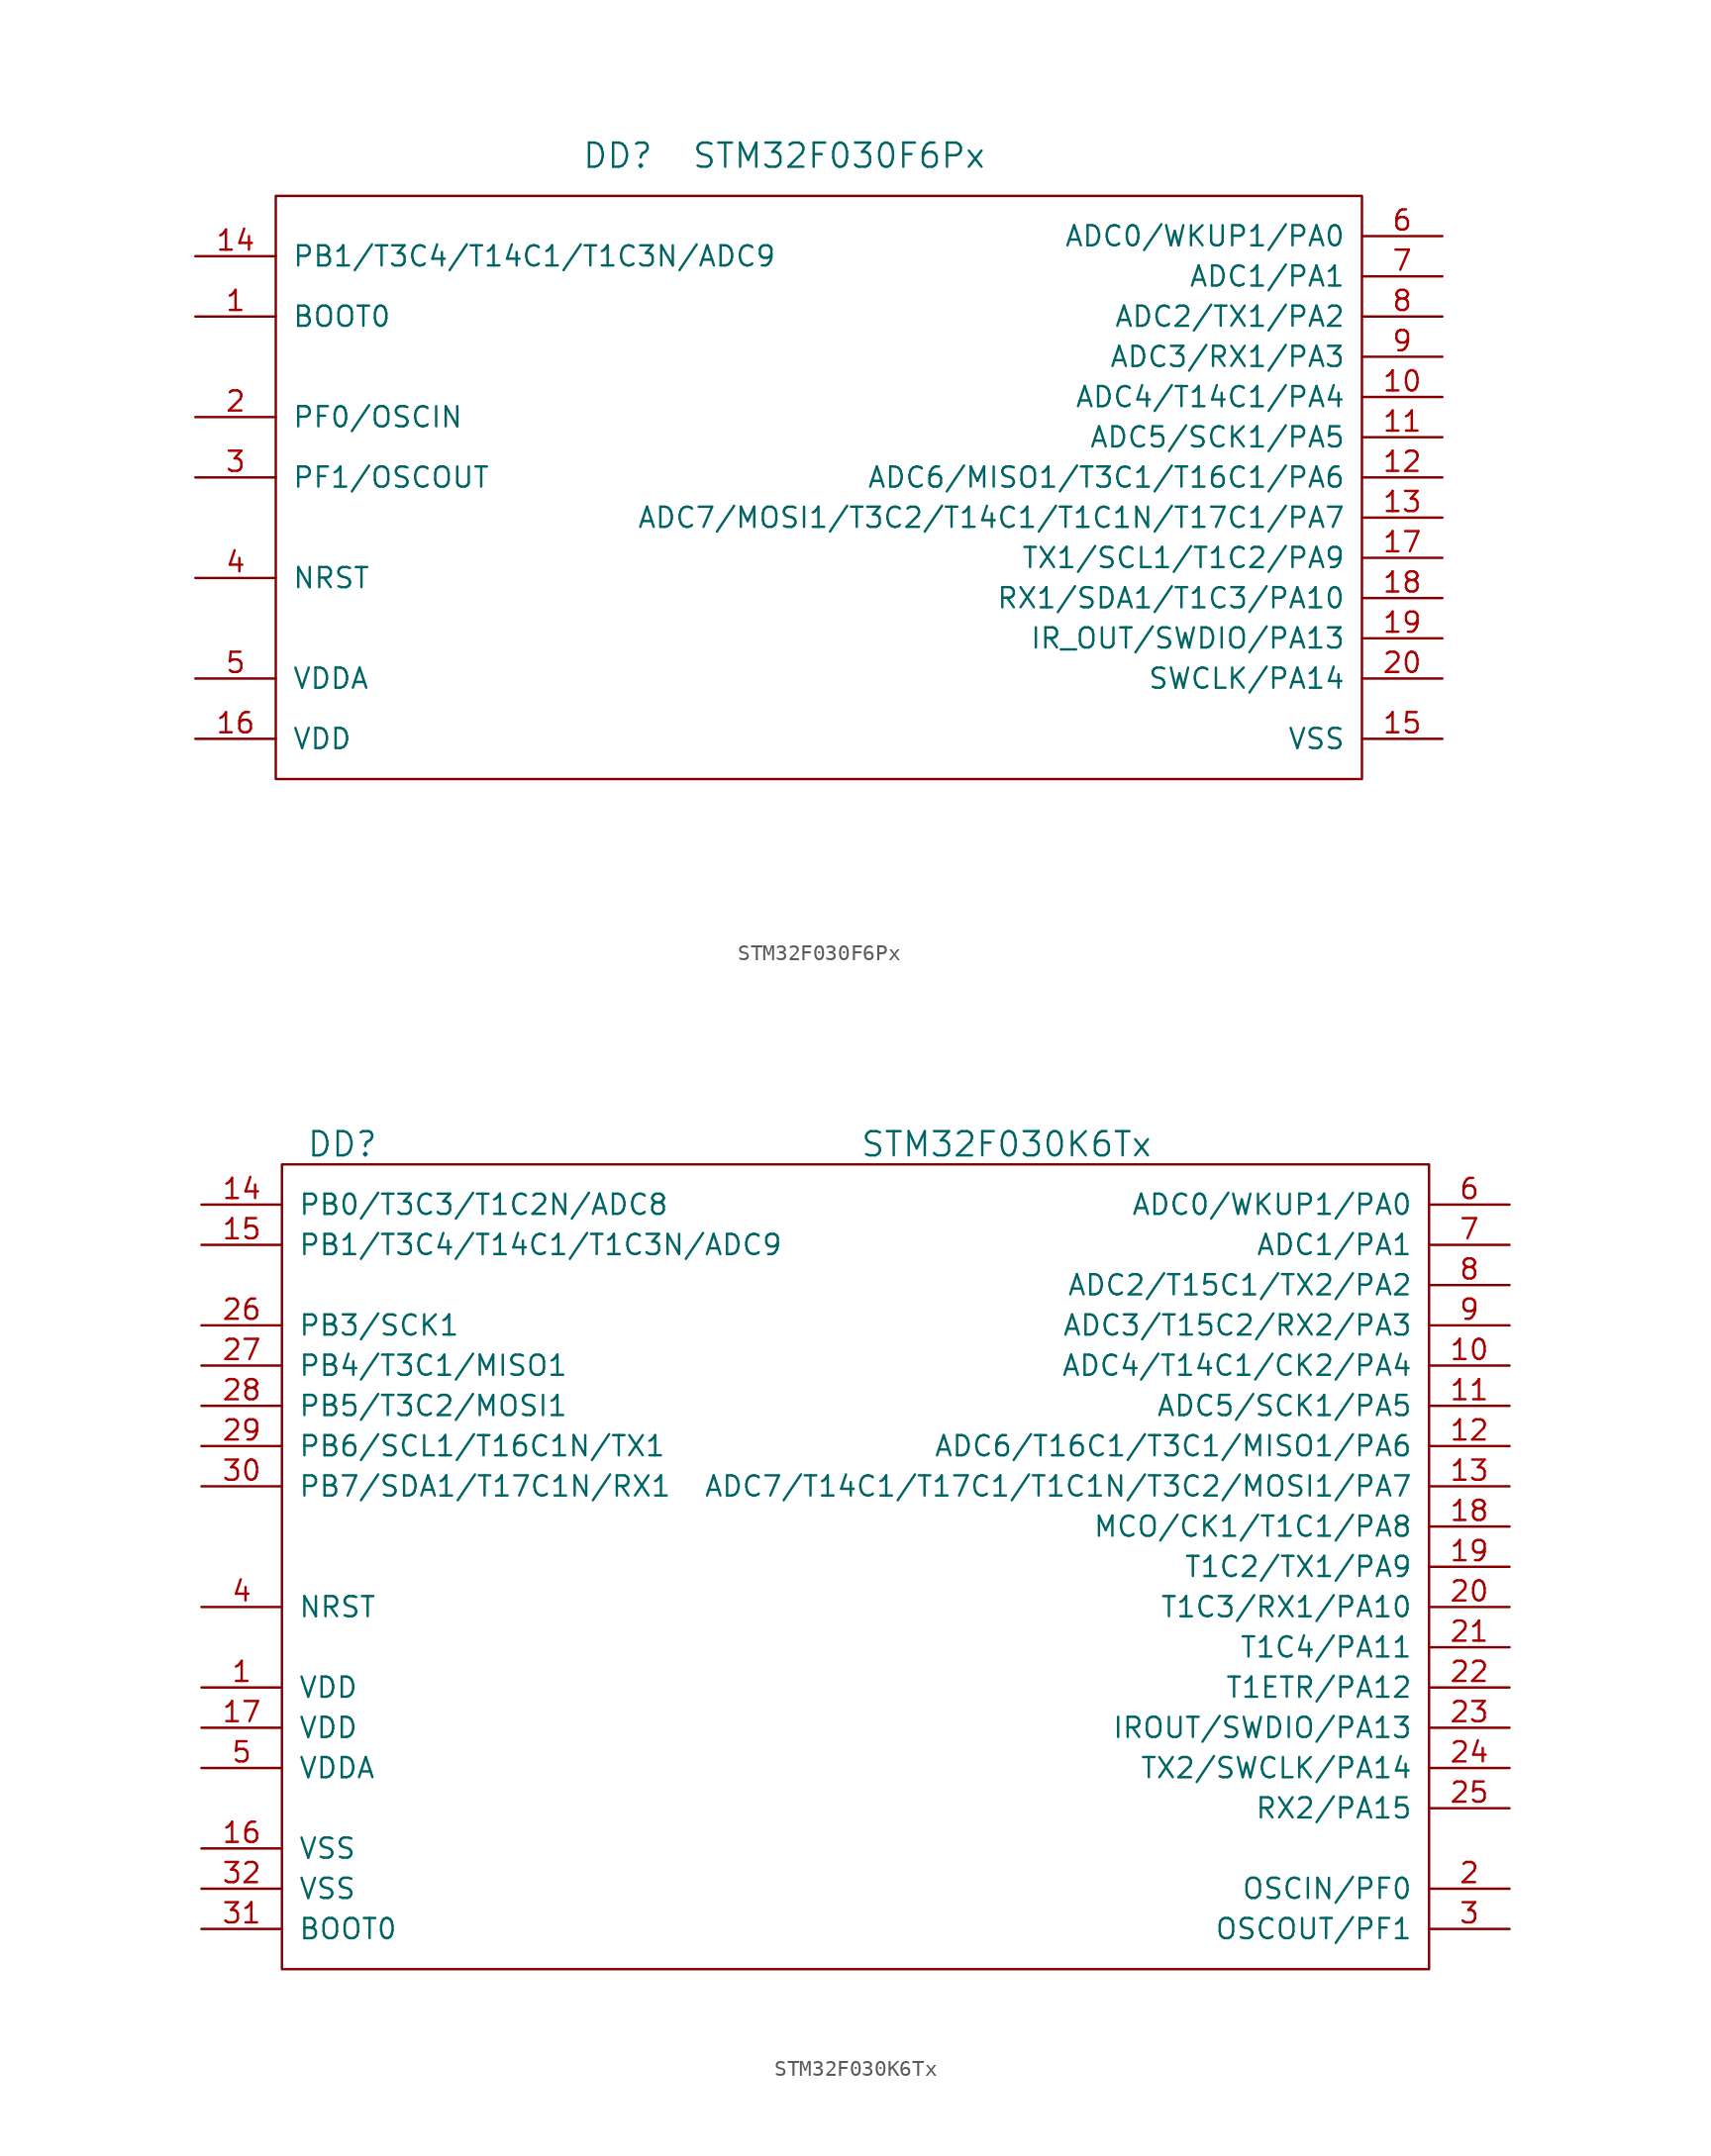
<source format=kicad_sym>
(kicad_symbol_lib
  (version 20201005)
  (generator kicad_symbol_editor)
  (symbol "st_kl:STM32F030F6Px"
    (pin_names
      (offset 1.016))
    (property "Reference" "DD"
      (at -12.7 21.59 0)
      (effects (font (size 1.524 1.524))))
    (property "Value" "STM32F030F6Px"
      (at 1.27 21.59 0)
      (effects (font (size 1.524 1.524))))
    (property "Datasheet" ""
      (at 1.27 -22.86 0)
      (effects (font (size 1.524 1.524))))
    (symbol "STM32F030F6Px_0_1"
      (rectangle (start -34.29 19.05) (end 34.29 -17.78) (stroke (width 0)) (fill (type none))))
    (symbol "STM32F030F6Px_1_1"
      (pin passive line (at -39.37 11.43 0) (length 5.08) (name "BOOT0" (effects (font (size 1.27 1.27)))) (number "1" (effects (font (size 1.27 1.27)))))
      (pin passive line (at 39.37 6.35 180) (length 5.08) (name "ADC4/T14C1/PA4" (effects (font (size 1.27 1.27)))) (number "10" (effects (font (size 1.27 1.27)))))
      (pin passive line (at 39.37 3.81 180) (length 5.08) (name "ADC5/SCK1/PA5" (effects (font (size 1.27 1.27)))) (number "11" (effects (font (size 1.27 1.27)))))
      (pin passive line (at 39.37 1.27 180) (length 5.08) (name "ADC6/MISO1/T3C1/T16C1/PA6" (effects (font (size 1.27 1.27)))) (number "12" (effects (font (size 1.27 1.27)))))
      (pin passive line (at 39.37 -1.27 180) (length 5.08) (name "ADC7/MOSI1/T3C2/T14C1/T1C1N/T17C1/PA7" (effects (font (size 1.27 1.27)))) (number "13" (effects (font (size 1.27 1.27)))))
      (pin passive line (at -39.37 15.24 0) (length 5.08) (name "PB1/T3C4/T14C1/T1C3N/ADC9" (effects (font (size 1.27 1.27)))) (number "14" (effects (font (size 1.27 1.27)))))
      (pin power_in line (at 39.37 -15.24 180) (length 5.08) (name "VSS" (effects (font (size 1.27 1.27)))) (number "15" (effects (font (size 1.27 1.27)))))
      (pin power_in line (at -39.37 -15.24 0) (length 5.08) (name "VDD" (effects (font (size 1.27 1.27)))) (number "16" (effects (font (size 1.27 1.27)))))
      (pin passive line (at 39.37 -3.81 180) (length 5.08) (name "TX1/SCL1/T1C2/PA9" (effects (font (size 1.27 1.27)))) (number "17" (effects (font (size 1.27 1.27)))))
      (pin passive line (at 39.37 -6.35 180) (length 5.08) (name "RX1/SDA1/T1C3/PA10" (effects (font (size 1.27 1.27)))) (number "18" (effects (font (size 1.27 1.27)))))
      (pin passive line (at 39.37 -8.89 180) (length 5.08) (name "IR_OUT/SWDIO/PA13" (effects (font (size 1.27 1.27)))) (number "19" (effects (font (size 1.27 1.27)))))
      (pin passive line (at -39.37 5.08 0) (length 5.08) (name "PF0/OSCIN" (effects (font (size 1.27 1.27)))) (number "2" (effects (font (size 1.27 1.27)))))
      (pin passive line (at 39.37 -11.43 180) (length 5.08) (name "SWCLK/PA14" (effects (font (size 1.27 1.27)))) (number "20" (effects (font (size 1.27 1.27)))))
      (pin passive line (at -39.37 1.27 0) (length 5.08) (name "PF1/OSCOUT" (effects (font (size 1.27 1.27)))) (number "3" (effects (font (size 1.27 1.27)))))
      (pin passive line (at -39.37 -5.08 0) (length 5.08) (name "NRST" (effects (font (size 1.27 1.27)))) (number "4" (effects (font (size 1.27 1.27)))))
      (pin power_in line (at -39.37 -11.43 0) (length 5.08) (name "VDDA" (effects (font (size 1.27 1.27)))) (number "5" (effects (font (size 1.27 1.27)))))
      (pin passive line (at 39.37 16.51 180) (length 5.08) (name "ADC0/WKUP1/PA0" (effects (font (size 1.27 1.27)))) (number "6" (effects (font (size 1.27 1.27)))))
      (pin passive line (at 39.37 13.97 180) (length 5.08) (name "ADC1/PA1" (effects (font (size 1.27 1.27)))) (number "7" (effects (font (size 1.27 1.27)))))
      (pin passive line (at 39.37 11.43 180) (length 5.08) (name "ADC2/TX1/PA2" (effects (font (size 1.27 1.27)))) (number "8" (effects (font (size 1.27 1.27)))))
      (pin passive line (at 39.37 8.89 180) (length 5.08) (name "ADC3/RX1/PA3" (effects (font (size 1.27 1.27)))) (number "9" (effects (font (size 1.27 1.27)))))))
  (symbol "st_kl:STM32F030K6Tx"
    (pin_names
      (offset 1.016))
    (property "Reference" "DD"
      (at -31.75 27.94 0)
      (effects (font (size 1.524 1.524))))
    (property "Value" "STM32F030K6Tx"
      (at 10.16 27.94 0)
      (effects (font (size 1.524 1.524))))
    (property "Footprint" ""
      (at -3.81 8.89 0)
      (effects (font (size 1.524 1.524))))
    (property "Datasheet" ""
      (at -3.81 8.89 0)
      (effects (font (size 1.524 1.524))))
    (symbol "STM32F030K6Tx_0_1"
      (rectangle (start -35.56 26.67) (end 36.83 -24.13) (stroke (width 0)) (fill (type none))))
    (symbol "STM32F030K6Tx_1_1"
      (pin power_in line (at -40.64 -6.35 0) (length 5.08) (name "VDD" (effects (font (size 1.27 1.27)))) (number "1" (effects (font (size 1.27 1.27)))))
      (pin passive line (at 41.91 13.97 180) (length 5.08) (name "ADC4/T14C1/CK2/PA4" (effects (font (size 1.27 1.27)))) (number "10" (effects (font (size 1.27 1.27)))))
      (pin passive line (at 41.91 11.43 180) (length 5.08) (name "ADC5/SCK1/PA5" (effects (font (size 1.27 1.27)))) (number "11" (effects (font (size 1.27 1.27)))))
      (pin passive line (at 41.91 8.89 180) (length 5.08) (name "ADC6/T16C1/T3C1/MISO1/PA6" (effects (font (size 1.27 1.27)))) (number "12" (effects (font (size 1.27 1.27)))))
      (pin passive line (at 41.91 6.35 180) (length 5.08) (name "ADC7/T14C1/T17C1/T1C1N/T3C2/MOSI1/PA7" (effects (font (size 1.27 1.27)))) (number "13" (effects (font (size 1.27 1.27)))))
      (pin passive line (at -40.64 24.13 0) (length 5.08) (name "PB0/T3C3/T1C2N/ADC8" (effects (font (size 1.27 1.27)))) (number "14" (effects (font (size 1.27 1.27)))))
      (pin passive line (at -40.64 21.59 0) (length 5.08) (name "PB1/T3C4/T14C1/T1C3N/ADC9" (effects (font (size 1.27 1.27)))) (number "15" (effects (font (size 1.27 1.27)))))
      (pin power_in line (at -40.64 -16.51 0) (length 5.08) (name "VSS" (effects (font (size 1.27 1.27)))) (number "16" (effects (font (size 1.27 1.27)))))
      (pin power_in line (at -40.64 -8.89 0) (length 5.08) (name "VDD" (effects (font (size 1.27 1.27)))) (number "17" (effects (font (size 1.27 1.27)))))
      (pin passive line (at 41.91 3.81 180) (length 5.08) (name "MCO/CK1/T1C1/PA8" (effects (font (size 1.27 1.27)))) (number "18" (effects (font (size 1.27 1.27)))))
      (pin passive line (at 41.91 1.27 180) (length 5.08) (name "T1C2/TX1/PA9" (effects (font (size 1.27 1.27)))) (number "19" (effects (font (size 1.27 1.27)))))
      (pin passive line (at 41.91 -19.05 180) (length 5.08) (name "OSCIN/PF0" (effects (font (size 1.27 1.27)))) (number "2" (effects (font (size 1.27 1.27)))))
      (pin passive line (at 41.91 -1.27 180) (length 5.08) (name "T1C3/RX1/PA10" (effects (font (size 1.27 1.27)))) (number "20" (effects (font (size 1.27 1.27)))))
      (pin passive line (at 41.91 -3.81 180) (length 5.08) (name "T1C4/PA11" (effects (font (size 1.27 1.27)))) (number "21" (effects (font (size 1.27 1.27)))))
      (pin passive line (at 41.91 -6.35 180) (length 5.08) (name "T1ETR/PA12" (effects (font (size 1.27 1.27)))) (number "22" (effects (font (size 1.27 1.27)))))
      (pin passive line (at 41.91 -8.89 180) (length 5.08) (name "IROUT/SWDIO/PA13" (effects (font (size 1.27 1.27)))) (number "23" (effects (font (size 1.27 1.27)))))
      (pin passive line (at 41.91 -11.43 180) (length 5.08) (name "TX2/SWCLK/PA14" (effects (font (size 1.27 1.27)))) (number "24" (effects (font (size 1.27 1.27)))))
      (pin passive line (at 41.91 -13.97 180) (length 5.08) (name "RX2/PA15" (effects (font (size 1.27 1.27)))) (number "25" (effects (font (size 1.27 1.27)))))
      (pin passive line (at -40.64 16.51 0) (length 5.08) (name "PB3/SCK1" (effects (font (size 1.27 1.27)))) (number "26" (effects (font (size 1.27 1.27)))))
      (pin passive line (at -40.64 13.97 0) (length 5.08) (name "PB4/T3C1/MISO1" (effects (font (size 1.27 1.27)))) (number "27" (effects (font (size 1.27 1.27)))))
      (pin passive line (at -40.64 11.43 0) (length 5.08) (name "PB5/T3C2/MOSI1" (effects (font (size 1.27 1.27)))) (number "28" (effects (font (size 1.27 1.27)))))
      (pin passive line (at -40.64 8.89 0) (length 5.08) (name "PB6/SCL1/T16C1N/TX1" (effects (font (size 1.27 1.27)))) (number "29" (effects (font (size 1.27 1.27)))))
      (pin passive line (at 41.91 -21.59 180) (length 5.08) (name "OSCOUT/PF1" (effects (font (size 1.27 1.27)))) (number "3" (effects (font (size 1.27 1.27)))))
      (pin passive line (at -40.64 6.35 0) (length 5.08) (name "PB7/SDA1/T17C1N/RX1" (effects (font (size 1.27 1.27)))) (number "30" (effects (font (size 1.27 1.27)))))
      (pin passive line (at -40.64 -21.59 0) (length 5.08) (name "BOOT0" (effects (font (size 1.27 1.27)))) (number "31" (effects (font (size 1.27 1.27)))))
      (pin power_in line (at -40.64 -19.05 0) (length 5.08) (name "VSS" (effects (font (size 1.27 1.27)))) (number "32" (effects (font (size 1.27 1.27)))))
      (pin passive line (at -40.64 -1.27 0) (length 5.08) (name "NRST" (effects (font (size 1.27 1.27)))) (number "4" (effects (font (size 1.27 1.27)))))
      (pin power_in line (at -40.64 -11.43 0) (length 5.08) (name "VDDA" (effects (font (size 1.27 1.27)))) (number "5" (effects (font (size 1.27 1.27)))))
      (pin passive line (at 41.91 24.13 180) (length 5.08) (name "ADC0/WKUP1/PA0" (effects (font (size 1.27 1.27)))) (number "6" (effects (font (size 1.27 1.27)))))
      (pin passive line (at 41.91 21.59 180) (length 5.08) (name "ADC1/PA1" (effects (font (size 1.27 1.27)))) (number "7" (effects (font (size 1.27 1.27)))))
      (pin passive line (at 41.91 19.05 180) (length 5.08) (name "ADC2/T15C1/TX2/PA2" (effects (font (size 1.27 1.27)))) (number "8" (effects (font (size 1.27 1.27)))))
      (pin passive line (at 41.91 16.51 180) (length 5.08) (name "ADC3/T15C2/RX2/PA3" (effects (font (size 1.27 1.27)))) (number "9" (effects (font (size 1.27 1.27))))))))
</source>
